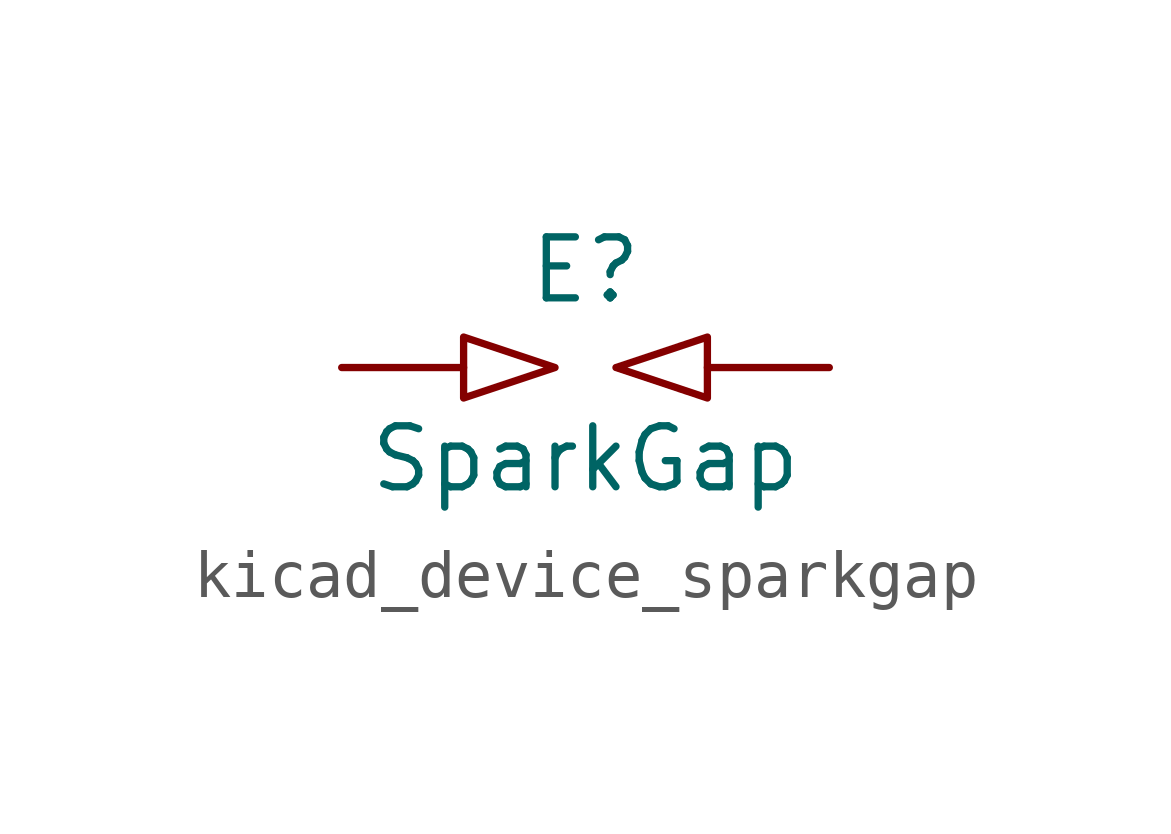
<source format=kicad_sym>
(kicad_symbol_lib
  (version 20220914)
  (generator kicad_symbol_editor)
  (symbol "kicad_device_sparkgap"
    (pin_numbers hide)
    (pin_names
      (offset 0))
    (property "Reference" "E"
      (at 0 2.032 0)
      (effects (font (size 1.27 1.27))))
    (property "Value" "SparkGap"
      (at 0 -1.905 0)
      (effects (font (size 1.27 1.27))))
    (symbol "kicad_device_sparkgap_0_1"
      (polyline (pts (xy -2.54 0.635) (xy -2.54 -0.635) (xy -0.635 0) (xy -2.54 0.635)) (stroke (width 0) (type default)) (fill (type none)))
      (polyline (pts (xy 2.54 0.635) (xy 2.54 -0.635) (xy 0.635 0) (xy 2.54 0.635)) (stroke (width 0) (type default)) (fill (type none))))
    (symbol "kicad_device_sparkgap_1_1"
      (pin passive line (at -5.08 0 0) (length 2.54) (name "~" (effects (font (size 1.27 1.27)))) (number "1" (effects (font (size 1.27 1.27)))))
      (pin passive line (at 5.08 0 180) (length 2.54) (name "~" (effects (font (size 1.27 1.27)))) (number "2" (effects (font (size 1.27 1.27))))))))
</source>
